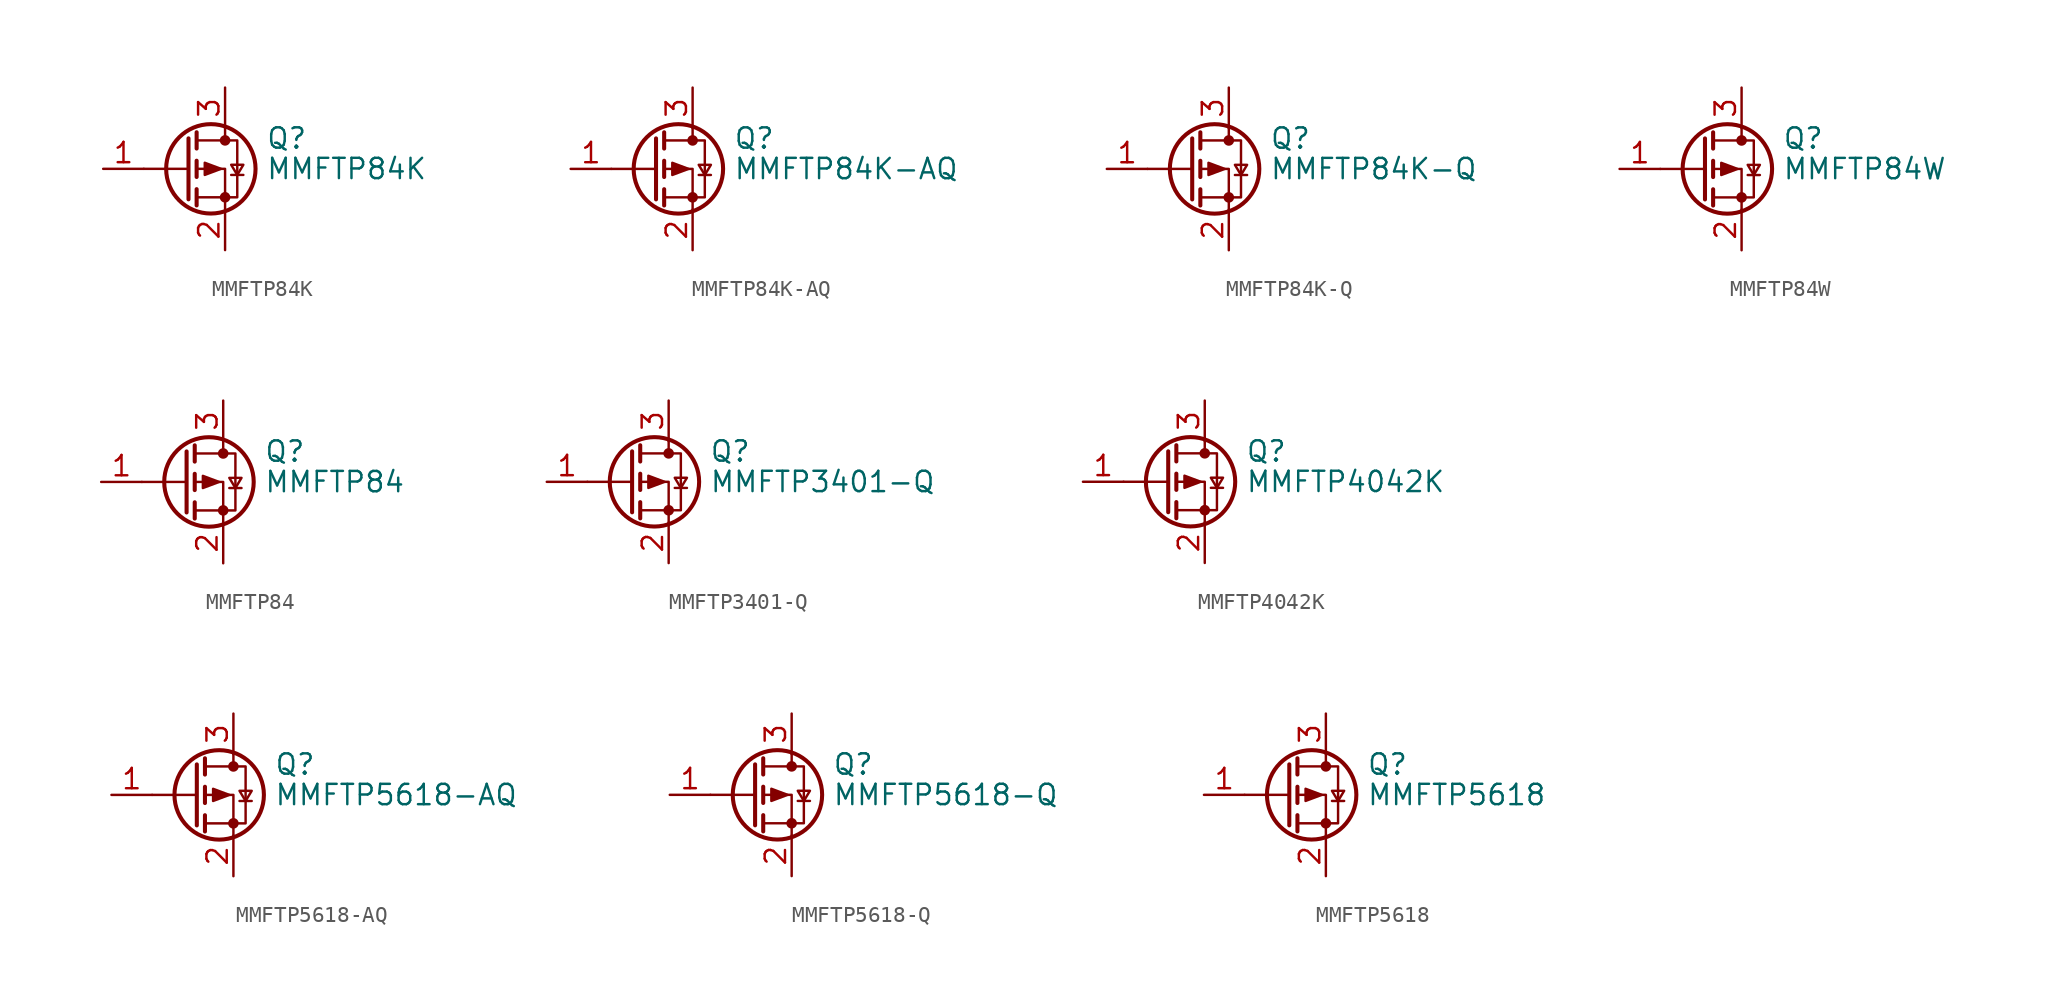
<source format=kicad_sym>
(kicad_symbol_lib
  (version 20241209)
  (generator "kicad_symbol_editor")
  (generator_version "9.0")
  (symbol "MMFTP84K"
    (pin_names
      (offset 0)
      (hide yes))
    (property "Reference" "Q"
      (at 5.08 1.905 0)
      (effects (font (size 1.27 1.27)) (justify left)))
    (property "Value" "MMFTP84K"
      (at 5.08 0 0)
      (effects (font (size 1.27 1.27)) (justify left)))
    (symbol "MMFTP84K_0_1"
      (polyline (pts (xy 0.254 1.905) (xy 0.254 -1.905)) (stroke (width 0.254) (type default)) (fill (type none)))
      (polyline (pts (xy 0.254 0) (xy -2.54 0)) (stroke (width 0) (type default)) (fill (type none)))
      (polyline (pts (xy 0.762 2.286) (xy 0.762 1.27)) (stroke (width 0.254) (type default)) (fill (type none)))
      (polyline (pts (xy 0.762 1.778) (xy 3.302 1.778) (xy 3.302 -1.778) (xy 0.762 -1.778)) (stroke (width 0) (type default)) (fill (type none)))
      (polyline (pts (xy 0.762 0.508) (xy 0.762 -0.508)) (stroke (width 0.254) (type default)) (fill (type none)))
      (polyline (pts (xy 0.762 -1.27) (xy 0.762 -2.286)) (stroke (width 0.254) (type default)) (fill (type none)))
      (circle (center 1.651 0) (radius 2.794) (stroke (width 0.254) (type default)) (fill (type none)))
      (polyline (pts (xy 2.286 0) (xy 1.27 0.381) (xy 1.27 -0.381) (xy 2.286 0)) (stroke (width 0) (type default)) (fill (type outline)))
      (polyline (pts (xy 2.54 2.54) (xy 2.54 1.778)) (stroke (width 0) (type default)) (fill (type none)))
      (circle (center 2.54 1.778) (radius 0.254) (stroke (width 0) (type default)) (fill (type outline)))
      (circle (center 2.54 -1.778) (radius 0.254) (stroke (width 0) (type default)) (fill (type outline)))
      (polyline (pts (xy 2.54 -2.54) (xy 2.54 0) (xy 0.762 0)) (stroke (width 0) (type default)) (fill (type none)))
      (polyline (pts (xy 2.921 -0.381) (xy 3.683 -0.381)) (stroke (width 0) (type default)) (fill (type none)))
      (polyline (pts (xy 3.302 -0.381) (xy 2.921 0.254) (xy 3.683 0.254) (xy 3.302 -0.381)) (stroke (width 0) (type default)) (fill (type none))))
    (symbol "MMFTP84K_1_1"
      (pin input line (at -5.08 0 0) (length 2.54) (name "G" (effects (font (size 1.27 1.27)))) (number "1" (effects (font (size 1.27 1.27)))))
      (pin passive line (at 2.54 5.08 270) (length 2.54) (name "D" (effects (font (size 1.27 1.27)))) (number "3" (effects (font (size 1.27 1.27)))))
      (pin passive line (at 2.54 -5.08 90) (length 2.54) (name "S" (effects (font (size 1.27 1.27)))) (number "2" (effects (font (size 1.27 1.27)))))))
  (symbol "MMFTP84K-AQ"
    (pin_names
      (offset 0)
      (hide yes))
    (property "Reference" "Q"
      (at 5.08 1.905 0)
      (effects (font (size 1.27 1.27)) (justify left)))
    (property "Value" "MMFTP84K-AQ"
      (at 5.08 0 0)
      (effects (font (size 1.27 1.27)) (justify left)))
    (symbol "MMFTP84K-AQ_0_1"
      (polyline (pts (xy 0.254 1.905) (xy 0.254 -1.905)) (stroke (width 0.254) (type default)) (fill (type none)))
      (polyline (pts (xy 0.254 0) (xy -2.54 0)) (stroke (width 0) (type default)) (fill (type none)))
      (polyline (pts (xy 0.762 2.286) (xy 0.762 1.27)) (stroke (width 0.254) (type default)) (fill (type none)))
      (polyline (pts (xy 0.762 1.778) (xy 3.302 1.778) (xy 3.302 -1.778) (xy 0.762 -1.778)) (stroke (width 0) (type default)) (fill (type none)))
      (polyline (pts (xy 0.762 0.508) (xy 0.762 -0.508)) (stroke (width 0.254) (type default)) (fill (type none)))
      (polyline (pts (xy 0.762 -1.27) (xy 0.762 -2.286)) (stroke (width 0.254) (type default)) (fill (type none)))
      (circle (center 1.651 0) (radius 2.794) (stroke (width 0.254) (type default)) (fill (type none)))
      (polyline (pts (xy 2.286 0) (xy 1.27 0.381) (xy 1.27 -0.381) (xy 2.286 0)) (stroke (width 0) (type default)) (fill (type outline)))
      (polyline (pts (xy 2.54 2.54) (xy 2.54 1.778)) (stroke (width 0) (type default)) (fill (type none)))
      (circle (center 2.54 1.778) (radius 0.254) (stroke (width 0) (type default)) (fill (type outline)))
      (circle (center 2.54 -1.778) (radius 0.254) (stroke (width 0) (type default)) (fill (type outline)))
      (polyline (pts (xy 2.54 -2.54) (xy 2.54 0) (xy 0.762 0)) (stroke (width 0) (type default)) (fill (type none)))
      (polyline (pts (xy 2.921 -0.381) (xy 3.683 -0.381)) (stroke (width 0) (type default)) (fill (type none)))
      (polyline (pts (xy 3.302 -0.381) (xy 2.921 0.254) (xy 3.683 0.254) (xy 3.302 -0.381)) (stroke (width 0) (type default)) (fill (type none))))
    (symbol "MMFTP84K-AQ_1_1"
      (pin input line (at -5.08 0 0) (length 2.54) (name "G" (effects (font (size 1.27 1.27)))) (number "1" (effects (font (size 1.27 1.27)))))
      (pin passive line (at 2.54 5.08 270) (length 2.54) (name "D" (effects (font (size 1.27 1.27)))) (number "3" (effects (font (size 1.27 1.27)))))
      (pin passive line (at 2.54 -5.08 90) (length 2.54) (name "S" (effects (font (size 1.27 1.27)))) (number "2" (effects (font (size 1.27 1.27)))))))
  (symbol "MMFTP84K-Q"
    (pin_names
      (offset 0)
      (hide yes))
    (property "Reference" "Q"
      (at 5.08 1.905 0)
      (effects (font (size 1.27 1.27)) (justify left)))
    (property "Value" "MMFTP84K-Q"
      (at 5.08 0 0)
      (effects (font (size 1.27 1.27)) (justify left)))
    (symbol "MMFTP84K-Q_0_1"
      (polyline (pts (xy 0.254 1.905) (xy 0.254 -1.905)) (stroke (width 0.254) (type default)) (fill (type none)))
      (polyline (pts (xy 0.254 0) (xy -2.54 0)) (stroke (width 0) (type default)) (fill (type none)))
      (polyline (pts (xy 0.762 2.286) (xy 0.762 1.27)) (stroke (width 0.254) (type default)) (fill (type none)))
      (polyline (pts (xy 0.762 1.778) (xy 3.302 1.778) (xy 3.302 -1.778) (xy 0.762 -1.778)) (stroke (width 0) (type default)) (fill (type none)))
      (polyline (pts (xy 0.762 0.508) (xy 0.762 -0.508)) (stroke (width 0.254) (type default)) (fill (type none)))
      (polyline (pts (xy 0.762 -1.27) (xy 0.762 -2.286)) (stroke (width 0.254) (type default)) (fill (type none)))
      (circle (center 1.651 0) (radius 2.794) (stroke (width 0.254) (type default)) (fill (type none)))
      (polyline (pts (xy 2.286 0) (xy 1.27 0.381) (xy 1.27 -0.381) (xy 2.286 0)) (stroke (width 0) (type default)) (fill (type outline)))
      (polyline (pts (xy 2.54 2.54) (xy 2.54 1.778)) (stroke (width 0) (type default)) (fill (type none)))
      (circle (center 2.54 1.778) (radius 0.254) (stroke (width 0) (type default)) (fill (type outline)))
      (circle (center 2.54 -1.778) (radius 0.254) (stroke (width 0) (type default)) (fill (type outline)))
      (polyline (pts (xy 2.54 -2.54) (xy 2.54 0) (xy 0.762 0)) (stroke (width 0) (type default)) (fill (type none)))
      (polyline (pts (xy 2.921 -0.381) (xy 3.683 -0.381)) (stroke (width 0) (type default)) (fill (type none)))
      (polyline (pts (xy 3.302 -0.381) (xy 2.921 0.254) (xy 3.683 0.254) (xy 3.302 -0.381)) (stroke (width 0) (type default)) (fill (type none))))
    (symbol "MMFTP84K-Q_1_1"
      (pin input line (at -5.08 0 0) (length 2.54) (name "G" (effects (font (size 1.27 1.27)))) (number "1" (effects (font (size 1.27 1.27)))))
      (pin passive line (at 2.54 5.08 270) (length 2.54) (name "D" (effects (font (size 1.27 1.27)))) (number "3" (effects (font (size 1.27 1.27)))))
      (pin passive line (at 2.54 -5.08 90) (length 2.54) (name "S" (effects (font (size 1.27 1.27)))) (number "2" (effects (font (size 1.27 1.27)))))))
  (symbol "MMFTP84W"
    (pin_names
      (offset 0)
      (hide yes))
    (property "Reference" "Q"
      (at 5.08 1.905 0)
      (effects (font (size 1.27 1.27)) (justify left)))
    (property "Value" "MMFTP84W"
      (at 5.08 0 0)
      (effects (font (size 1.27 1.27)) (justify left)))
    (symbol "MMFTP84W_0_1"
      (polyline (pts (xy 0.254 1.905) (xy 0.254 -1.905)) (stroke (width 0.254) (type default)) (fill (type none)))
      (polyline (pts (xy 0.254 0) (xy -2.54 0)) (stroke (width 0) (type default)) (fill (type none)))
      (polyline (pts (xy 0.762 2.286) (xy 0.762 1.27)) (stroke (width 0.254) (type default)) (fill (type none)))
      (polyline (pts (xy 0.762 1.778) (xy 3.302 1.778) (xy 3.302 -1.778) (xy 0.762 -1.778)) (stroke (width 0) (type default)) (fill (type none)))
      (polyline (pts (xy 0.762 0.508) (xy 0.762 -0.508)) (stroke (width 0.254) (type default)) (fill (type none)))
      (polyline (pts (xy 0.762 -1.27) (xy 0.762 -2.286)) (stroke (width 0.254) (type default)) (fill (type none)))
      (circle (center 1.651 0) (radius 2.794) (stroke (width 0.254) (type default)) (fill (type none)))
      (polyline (pts (xy 2.286 0) (xy 1.27 0.381) (xy 1.27 -0.381) (xy 2.286 0)) (stroke (width 0) (type default)) (fill (type outline)))
      (polyline (pts (xy 2.54 2.54) (xy 2.54 1.778)) (stroke (width 0) (type default)) (fill (type none)))
      (circle (center 2.54 1.778) (radius 0.254) (stroke (width 0) (type default)) (fill (type outline)))
      (circle (center 2.54 -1.778) (radius 0.254) (stroke (width 0) (type default)) (fill (type outline)))
      (polyline (pts (xy 2.54 -2.54) (xy 2.54 0) (xy 0.762 0)) (stroke (width 0) (type default)) (fill (type none)))
      (polyline (pts (xy 2.921 -0.381) (xy 3.683 -0.381)) (stroke (width 0) (type default)) (fill (type none)))
      (polyline (pts (xy 3.302 -0.381) (xy 2.921 0.254) (xy 3.683 0.254) (xy 3.302 -0.381)) (stroke (width 0) (type default)) (fill (type none))))
    (symbol "MMFTP84W_1_1"
      (pin input line (at -5.08 0 0) (length 2.54) (name "G" (effects (font (size 1.27 1.27)))) (number "1" (effects (font (size 1.27 1.27)))))
      (pin passive line (at 2.54 5.08 270) (length 2.54) (name "D" (effects (font (size 1.27 1.27)))) (number "3" (effects (font (size 1.27 1.27)))))
      (pin passive line (at 2.54 -5.08 90) (length 2.54) (name "S" (effects (font (size 1.27 1.27)))) (number "2" (effects (font (size 1.27 1.27)))))))
  (symbol "MMFTP84"
    (pin_names
      (offset 0)
      (hide yes))
    (property "Reference" "Q"
      (at 5.08 1.905 0)
      (effects (font (size 1.27 1.27)) (justify left)))
    (property "Value" "MMFTP84"
      (at 5.08 0 0)
      (effects (font (size 1.27 1.27)) (justify left)))
    (symbol "MMFTP84_0_1"
      (polyline (pts (xy 0.254 1.905) (xy 0.254 -1.905)) (stroke (width 0.254) (type default)) (fill (type none)))
      (polyline (pts (xy 0.254 0) (xy -2.54 0)) (stroke (width 0) (type default)) (fill (type none)))
      (polyline (pts (xy 0.762 2.286) (xy 0.762 1.27)) (stroke (width 0.254) (type default)) (fill (type none)))
      (polyline (pts (xy 0.762 1.778) (xy 3.302 1.778) (xy 3.302 -1.778) (xy 0.762 -1.778)) (stroke (width 0) (type default)) (fill (type none)))
      (polyline (pts (xy 0.762 0.508) (xy 0.762 -0.508)) (stroke (width 0.254) (type default)) (fill (type none)))
      (polyline (pts (xy 0.762 -1.27) (xy 0.762 -2.286)) (stroke (width 0.254) (type default)) (fill (type none)))
      (circle (center 1.651 0) (radius 2.794) (stroke (width 0.254) (type default)) (fill (type none)))
      (polyline (pts (xy 2.286 0) (xy 1.27 0.381) (xy 1.27 -0.381) (xy 2.286 0)) (stroke (width 0) (type default)) (fill (type outline)))
      (polyline (pts (xy 2.54 2.54) (xy 2.54 1.778)) (stroke (width 0) (type default)) (fill (type none)))
      (circle (center 2.54 1.778) (radius 0.254) (stroke (width 0) (type default)) (fill (type outline)))
      (circle (center 2.54 -1.778) (radius 0.254) (stroke (width 0) (type default)) (fill (type outline)))
      (polyline (pts (xy 2.54 -2.54) (xy 2.54 0) (xy 0.762 0)) (stroke (width 0) (type default)) (fill (type none)))
      (polyline (pts (xy 2.921 -0.381) (xy 3.683 -0.381)) (stroke (width 0) (type default)) (fill (type none)))
      (polyline (pts (xy 3.302 -0.381) (xy 2.921 0.254) (xy 3.683 0.254) (xy 3.302 -0.381)) (stroke (width 0) (type default)) (fill (type none))))
    (symbol "MMFTP84_1_1"
      (pin input line (at -5.08 0 0) (length 2.54) (name "G" (effects (font (size 1.27 1.27)))) (number "1" (effects (font (size 1.27 1.27)))))
      (pin passive line (at 2.54 5.08 270) (length 2.54) (name "D" (effects (font (size 1.27 1.27)))) (number "3" (effects (font (size 1.27 1.27)))))
      (pin passive line (at 2.54 -5.08 90) (length 2.54) (name "S" (effects (font (size 1.27 1.27)))) (number "2" (effects (font (size 1.27 1.27)))))))
  (symbol "MMFTP3401-Q"
    (pin_names
      (offset 0)
      (hide yes))
    (property "Reference" "Q"
      (at 5.08 1.905 0)
      (effects (font (size 1.27 1.27)) (justify left)))
    (property "Value" "MMFTP3401-Q"
      (at 5.08 0 0)
      (effects (font (size 1.27 1.27)) (justify left)))
    (symbol "MMFTP3401-Q_0_1"
      (polyline (pts (xy 0.254 1.905) (xy 0.254 -1.905)) (stroke (width 0.254) (type default)) (fill (type none)))
      (polyline (pts (xy 0.254 0) (xy -2.54 0)) (stroke (width 0) (type default)) (fill (type none)))
      (polyline (pts (xy 0.762 2.286) (xy 0.762 1.27)) (stroke (width 0.254) (type default)) (fill (type none)))
      (polyline (pts (xy 0.762 1.778) (xy 3.302 1.778) (xy 3.302 -1.778) (xy 0.762 -1.778)) (stroke (width 0) (type default)) (fill (type none)))
      (polyline (pts (xy 0.762 0.508) (xy 0.762 -0.508)) (stroke (width 0.254) (type default)) (fill (type none)))
      (polyline (pts (xy 0.762 -1.27) (xy 0.762 -2.286)) (stroke (width 0.254) (type default)) (fill (type none)))
      (circle (center 1.651 0) (radius 2.794) (stroke (width 0.254) (type default)) (fill (type none)))
      (polyline (pts (xy 2.286 0) (xy 1.27 0.381) (xy 1.27 -0.381) (xy 2.286 0)) (stroke (width 0) (type default)) (fill (type outline)))
      (polyline (pts (xy 2.54 2.54) (xy 2.54 1.778)) (stroke (width 0) (type default)) (fill (type none)))
      (circle (center 2.54 1.778) (radius 0.254) (stroke (width 0) (type default)) (fill (type outline)))
      (circle (center 2.54 -1.778) (radius 0.254) (stroke (width 0) (type default)) (fill (type outline)))
      (polyline (pts (xy 2.54 -2.54) (xy 2.54 0) (xy 0.762 0)) (stroke (width 0) (type default)) (fill (type none)))
      (polyline (pts (xy 2.921 -0.381) (xy 3.683 -0.381)) (stroke (width 0) (type default)) (fill (type none)))
      (polyline (pts (xy 3.302 -0.381) (xy 2.921 0.254) (xy 3.683 0.254) (xy 3.302 -0.381)) (stroke (width 0) (type default)) (fill (type none))))
    (symbol "MMFTP3401-Q_1_1"
      (pin input line (at -5.08 0 0) (length 2.54) (name "G" (effects (font (size 1.27 1.27)))) (number "1" (effects (font (size 1.27 1.27)))))
      (pin passive line (at 2.54 5.08 270) (length 2.54) (name "D" (effects (font (size 1.27 1.27)))) (number "3" (effects (font (size 1.27 1.27)))))
      (pin passive line (at 2.54 -5.08 90) (length 2.54) (name "S" (effects (font (size 1.27 1.27)))) (number "2" (effects (font (size 1.27 1.27)))))))
  (symbol "MMFTP4042K"
    (pin_names
      (offset 0)
      (hide yes))
    (property "Reference" "Q"
      (at 5.08 1.905 0)
      (effects (font (size 1.27 1.27)) (justify left)))
    (property "Value" "MMFTP4042K"
      (at 5.08 0 0)
      (effects (font (size 1.27 1.27)) (justify left)))
    (symbol "MMFTP4042K_0_1"
      (polyline (pts (xy 0.254 1.905) (xy 0.254 -1.905)) (stroke (width 0.254) (type default)) (fill (type none)))
      (polyline (pts (xy 0.254 0) (xy -2.54 0)) (stroke (width 0) (type default)) (fill (type none)))
      (polyline (pts (xy 0.762 2.286) (xy 0.762 1.27)) (stroke (width 0.254) (type default)) (fill (type none)))
      (polyline (pts (xy 0.762 1.778) (xy 3.302 1.778) (xy 3.302 -1.778) (xy 0.762 -1.778)) (stroke (width 0) (type default)) (fill (type none)))
      (polyline (pts (xy 0.762 0.508) (xy 0.762 -0.508)) (stroke (width 0.254) (type default)) (fill (type none)))
      (polyline (pts (xy 0.762 -1.27) (xy 0.762 -2.286)) (stroke (width 0.254) (type default)) (fill (type none)))
      (circle (center 1.651 0) (radius 2.794) (stroke (width 0.254) (type default)) (fill (type none)))
      (polyline (pts (xy 2.286 0) (xy 1.27 0.381) (xy 1.27 -0.381) (xy 2.286 0)) (stroke (width 0) (type default)) (fill (type outline)))
      (polyline (pts (xy 2.54 2.54) (xy 2.54 1.778)) (stroke (width 0) (type default)) (fill (type none)))
      (circle (center 2.54 1.778) (radius 0.254) (stroke (width 0) (type default)) (fill (type outline)))
      (circle (center 2.54 -1.778) (radius 0.254) (stroke (width 0) (type default)) (fill (type outline)))
      (polyline (pts (xy 2.54 -2.54) (xy 2.54 0) (xy 0.762 0)) (stroke (width 0) (type default)) (fill (type none)))
      (polyline (pts (xy 2.921 -0.381) (xy 3.683 -0.381)) (stroke (width 0) (type default)) (fill (type none)))
      (polyline (pts (xy 3.302 -0.381) (xy 2.921 0.254) (xy 3.683 0.254) (xy 3.302 -0.381)) (stroke (width 0) (type default)) (fill (type none))))
    (symbol "MMFTP4042K_1_1"
      (pin input line (at -5.08 0 0) (length 2.54) (name "G" (effects (font (size 1.27 1.27)))) (number "1" (effects (font (size 1.27 1.27)))))
      (pin passive line (at 2.54 5.08 270) (length 2.54) (name "D" (effects (font (size 1.27 1.27)))) (number "3" (effects (font (size 1.27 1.27)))))
      (pin passive line (at 2.54 -5.08 90) (length 2.54) (name "S" (effects (font (size 1.27 1.27)))) (number "2" (effects (font (size 1.27 1.27)))))))
  (symbol "MMFTP5618-AQ"
    (pin_names
      (offset 0)
      (hide yes))
    (property "Reference" "Q"
      (at 5.08 1.905 0)
      (effects (font (size 1.27 1.27)) (justify left)))
    (property "Value" "MMFTP5618-AQ"
      (at 5.08 0 0)
      (effects (font (size 1.27 1.27)) (justify left)))
    (symbol "MMFTP5618-AQ_0_1"
      (polyline (pts (xy 0.254 1.905) (xy 0.254 -1.905)) (stroke (width 0.254) (type default)) (fill (type none)))
      (polyline (pts (xy 0.254 0) (xy -2.54 0)) (stroke (width 0) (type default)) (fill (type none)))
      (polyline (pts (xy 0.762 2.286) (xy 0.762 1.27)) (stroke (width 0.254) (type default)) (fill (type none)))
      (polyline (pts (xy 0.762 1.778) (xy 3.302 1.778) (xy 3.302 -1.778) (xy 0.762 -1.778)) (stroke (width 0) (type default)) (fill (type none)))
      (polyline (pts (xy 0.762 0.508) (xy 0.762 -0.508)) (stroke (width 0.254) (type default)) (fill (type none)))
      (polyline (pts (xy 0.762 -1.27) (xy 0.762 -2.286)) (stroke (width 0.254) (type default)) (fill (type none)))
      (circle (center 1.651 0) (radius 2.794) (stroke (width 0.254) (type default)) (fill (type none)))
      (polyline (pts (xy 2.286 0) (xy 1.27 0.381) (xy 1.27 -0.381) (xy 2.286 0)) (stroke (width 0) (type default)) (fill (type outline)))
      (polyline (pts (xy 2.54 2.54) (xy 2.54 1.778)) (stroke (width 0) (type default)) (fill (type none)))
      (circle (center 2.54 1.778) (radius 0.254) (stroke (width 0) (type default)) (fill (type outline)))
      (circle (center 2.54 -1.778) (radius 0.254) (stroke (width 0) (type default)) (fill (type outline)))
      (polyline (pts (xy 2.54 -2.54) (xy 2.54 0) (xy 0.762 0)) (stroke (width 0) (type default)) (fill (type none)))
      (polyline (pts (xy 2.921 -0.381) (xy 3.683 -0.381)) (stroke (width 0) (type default)) (fill (type none)))
      (polyline (pts (xy 3.302 -0.381) (xy 2.921 0.254) (xy 3.683 0.254) (xy 3.302 -0.381)) (stroke (width 0) (type default)) (fill (type none))))
    (symbol "MMFTP5618-AQ_1_1"
      (pin input line (at -5.08 0 0) (length 2.54) (name "G" (effects (font (size 1.27 1.27)))) (number "1" (effects (font (size 1.27 1.27)))))
      (pin passive line (at 2.54 5.08 270) (length 2.54) (name "D" (effects (font (size 1.27 1.27)))) (number "3" (effects (font (size 1.27 1.27)))))
      (pin passive line (at 2.54 -5.08 90) (length 2.54) (name "S" (effects (font (size 1.27 1.27)))) (number "2" (effects (font (size 1.27 1.27)))))))
  (symbol "MMFTP5618-Q"
    (pin_names
      (offset 0)
      (hide yes))
    (property "Reference" "Q"
      (at 5.08 1.905 0)
      (effects (font (size 1.27 1.27)) (justify left)))
    (property "Value" "MMFTP5618-Q"
      (at 5.08 0 0)
      (effects (font (size 1.27 1.27)) (justify left)))
    (symbol "MMFTP5618-Q_0_1"
      (polyline (pts (xy 0.254 1.905) (xy 0.254 -1.905)) (stroke (width 0.254) (type default)) (fill (type none)))
      (polyline (pts (xy 0.254 0) (xy -2.54 0)) (stroke (width 0) (type default)) (fill (type none)))
      (polyline (pts (xy 0.762 2.286) (xy 0.762 1.27)) (stroke (width 0.254) (type default)) (fill (type none)))
      (polyline (pts (xy 0.762 1.778) (xy 3.302 1.778) (xy 3.302 -1.778) (xy 0.762 -1.778)) (stroke (width 0) (type default)) (fill (type none)))
      (polyline (pts (xy 0.762 0.508) (xy 0.762 -0.508)) (stroke (width 0.254) (type default)) (fill (type none)))
      (polyline (pts (xy 0.762 -1.27) (xy 0.762 -2.286)) (stroke (width 0.254) (type default)) (fill (type none)))
      (circle (center 1.651 0) (radius 2.794) (stroke (width 0.254) (type default)) (fill (type none)))
      (polyline (pts (xy 2.286 0) (xy 1.27 0.381) (xy 1.27 -0.381) (xy 2.286 0)) (stroke (width 0) (type default)) (fill (type outline)))
      (polyline (pts (xy 2.54 2.54) (xy 2.54 1.778)) (stroke (width 0) (type default)) (fill (type none)))
      (circle (center 2.54 1.778) (radius 0.254) (stroke (width 0) (type default)) (fill (type outline)))
      (circle (center 2.54 -1.778) (radius 0.254) (stroke (width 0) (type default)) (fill (type outline)))
      (polyline (pts (xy 2.54 -2.54) (xy 2.54 0) (xy 0.762 0)) (stroke (width 0) (type default)) (fill (type none)))
      (polyline (pts (xy 2.921 -0.381) (xy 3.683 -0.381)) (stroke (width 0) (type default)) (fill (type none)))
      (polyline (pts (xy 3.302 -0.381) (xy 2.921 0.254) (xy 3.683 0.254) (xy 3.302 -0.381)) (stroke (width 0) (type default)) (fill (type none))))
    (symbol "MMFTP5618-Q_1_1"
      (pin input line (at -5.08 0 0) (length 2.54) (name "G" (effects (font (size 1.27 1.27)))) (number "1" (effects (font (size 1.27 1.27)))))
      (pin passive line (at 2.54 5.08 270) (length 2.54) (name "D" (effects (font (size 1.27 1.27)))) (number "3" (effects (font (size 1.27 1.27)))))
      (pin passive line (at 2.54 -5.08 90) (length 2.54) (name "S" (effects (font (size 1.27 1.27)))) (number "2" (effects (font (size 1.27 1.27)))))))
  (symbol "MMFTP5618"
    (pin_names
      (offset 0)
      (hide yes))
    (property "Reference" "Q"
      (at 5.08 1.905 0)
      (effects (font (size 1.27 1.27)) (justify left)))
    (property "Value" "MMFTP5618"
      (at 5.08 0 0)
      (effects (font (size 1.27 1.27)) (justify left)))
    (symbol "MMFTP5618_0_1"
      (polyline (pts (xy 0.254 1.905) (xy 0.254 -1.905)) (stroke (width 0.254) (type default)) (fill (type none)))
      (polyline (pts (xy 0.254 0) (xy -2.54 0)) (stroke (width 0) (type default)) (fill (type none)))
      (polyline (pts (xy 0.762 2.286) (xy 0.762 1.27)) (stroke (width 0.254) (type default)) (fill (type none)))
      (polyline (pts (xy 0.762 1.778) (xy 3.302 1.778) (xy 3.302 -1.778) (xy 0.762 -1.778)) (stroke (width 0) (type default)) (fill (type none)))
      (polyline (pts (xy 0.762 0.508) (xy 0.762 -0.508)) (stroke (width 0.254) (type default)) (fill (type none)))
      (polyline (pts (xy 0.762 -1.27) (xy 0.762 -2.286)) (stroke (width 0.254) (type default)) (fill (type none)))
      (circle (center 1.651 0) (radius 2.794) (stroke (width 0.254) (type default)) (fill (type none)))
      (polyline (pts (xy 2.286 0) (xy 1.27 0.381) (xy 1.27 -0.381) (xy 2.286 0)) (stroke (width 0) (type default)) (fill (type outline)))
      (polyline (pts (xy 2.54 2.54) (xy 2.54 1.778)) (stroke (width 0) (type default)) (fill (type none)))
      (circle (center 2.54 1.778) (radius 0.254) (stroke (width 0) (type default)) (fill (type outline)))
      (circle (center 2.54 -1.778) (radius 0.254) (stroke (width 0) (type default)) (fill (type outline)))
      (polyline (pts (xy 2.54 -2.54) (xy 2.54 0) (xy 0.762 0)) (stroke (width 0) (type default)) (fill (type none)))
      (polyline (pts (xy 2.921 -0.381) (xy 3.683 -0.381)) (stroke (width 0) (type default)) (fill (type none)))
      (polyline (pts (xy 3.302 -0.381) (xy 2.921 0.254) (xy 3.683 0.254) (xy 3.302 -0.381)) (stroke (width 0) (type default)) (fill (type none))))
    (symbol "MMFTP5618_1_1"
      (pin input line (at -5.08 0 0) (length 2.54) (name "G" (effects (font (size 1.27 1.27)))) (number "1" (effects (font (size 1.27 1.27)))))
      (pin passive line (at 2.54 5.08 270) (length 2.54) (name "D" (effects (font (size 1.27 1.27)))) (number "3" (effects (font (size 1.27 1.27)))))
      (pin passive line (at 2.54 -5.08 90) (length 2.54) (name "S" (effects (font (size 1.27 1.27)))) (number "2" (effects (font (size 1.27 1.27))))))))
</source>
